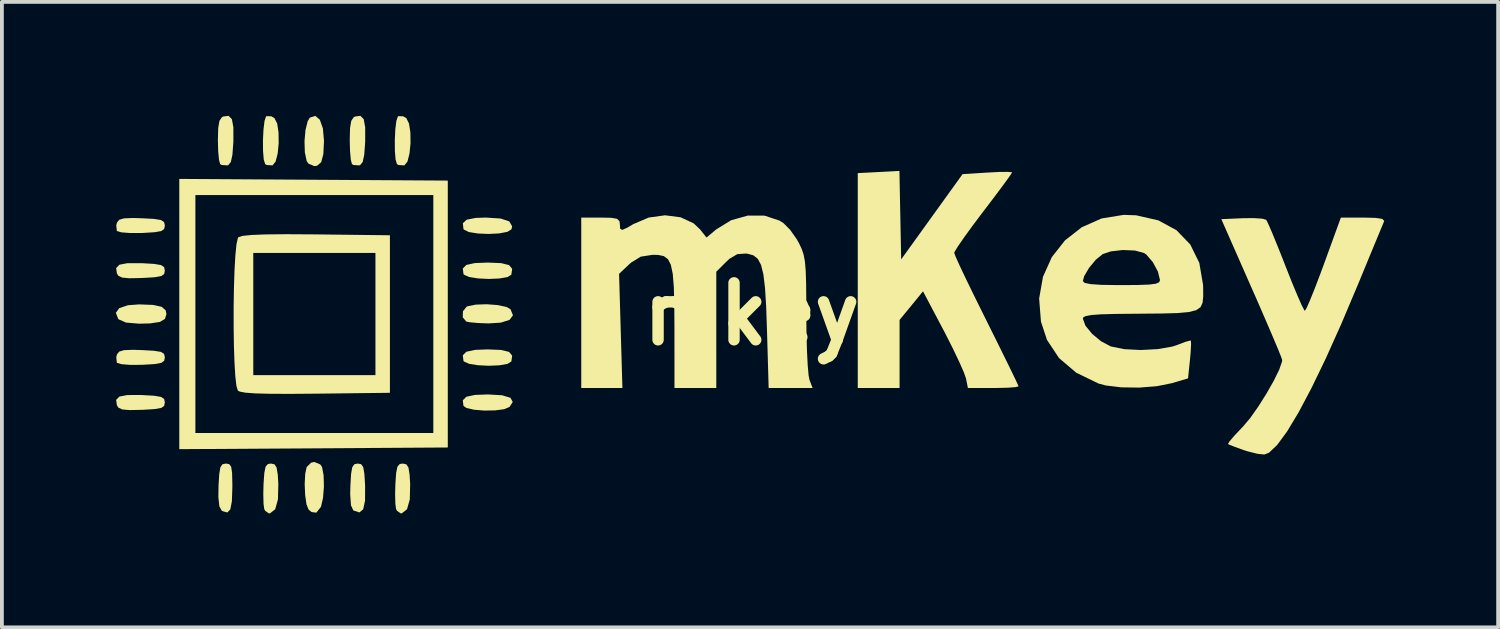
<source format=kicad_pcb>
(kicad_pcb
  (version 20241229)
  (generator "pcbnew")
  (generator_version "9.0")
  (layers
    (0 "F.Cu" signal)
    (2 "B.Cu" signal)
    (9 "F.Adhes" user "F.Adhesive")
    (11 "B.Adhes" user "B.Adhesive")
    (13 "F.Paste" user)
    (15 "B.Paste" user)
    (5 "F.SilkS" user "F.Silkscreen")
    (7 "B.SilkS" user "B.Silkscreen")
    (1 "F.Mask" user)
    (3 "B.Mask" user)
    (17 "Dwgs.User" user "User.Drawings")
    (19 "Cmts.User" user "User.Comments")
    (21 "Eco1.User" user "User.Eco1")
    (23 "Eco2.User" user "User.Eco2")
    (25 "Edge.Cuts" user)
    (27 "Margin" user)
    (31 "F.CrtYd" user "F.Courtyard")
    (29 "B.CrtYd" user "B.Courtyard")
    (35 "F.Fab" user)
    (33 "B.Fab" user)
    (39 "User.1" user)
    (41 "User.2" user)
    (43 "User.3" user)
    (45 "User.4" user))
  (footprint "mkey"
    (layer "F.Cu")
    (at 16.742 5.219)
    (property "Reference" "mkey" (at 0 0 0) (layer "F.SilkS") (effects (font (size 1.5 1.5) (thickness 0.3))))
    (attr board_only exclude_from_pos_files exclude_from_bom)
    (fp_poly (pts (xy -6.57 2.139) (xy -6.35 2.206) (xy -6.291 2.315) (xy -6.374 2.445) (xy -6.516 2.506) (xy -6.755 2.537) (xy -7.038 2.542) (xy -7.307 2.52) (xy -7.51 2.474) (xy -7.588 2.417) (xy -7.606 2.271) (xy -7.512 2.178) (xy -7.288 2.13) (xy -6.947 2.117)) (stroke (width 0) (type solid)) (fill yes) (layer "F.SilkS"))
    (fp_poly (pts (xy -15.761 -0.24) (xy -15.537 -0.191) (xy -15.43 -0.099) (xy -15.409 0) (xy -15.449 0.129) (xy -15.586 0.209) (xy -15.846 0.247) (xy -16.126 0.254) (xy -16.472 0.225) (xy -16.667 0.14) (xy -16.679 0.127) (xy -16.742 -0.032) (xy -16.652 -0.155) (xy -16.422 -0.232) (xy -16.126 -0.254)) (stroke (width 0) (type solid)) (fill yes) (layer "F.SilkS"))
    (fp_poly (pts (xy -11.37 -5.115) (xy -11.29 -4.888) (xy -11.261 -4.563) (xy -11.278 -4.21) (xy -11.334 -3.999) (xy -11.441 -3.905) (xy -11.515 -3.895) (xy -11.67 -3.96) (xy -11.717 -4.029) (xy -11.765 -4.26) (xy -11.774 -4.552) (xy -11.748 -4.845) (xy -11.691 -5.076) (xy -11.633 -5.172) (xy -11.489 -5.218)) (stroke (width 0) (type solid)) (fill yes) (layer "F.SilkS"))
    (fp_poly (pts (xy -6.61 -2.515) (xy -6.382 -2.439) (xy -6.307 -2.311) (xy -6.323 -2.233) (xy -6.43 -2.165) (xy -6.649 -2.123) (xy -6.927 -2.109) (xy -7.211 -2.121) (xy -7.446 -2.159) (xy -7.579 -2.224) (xy -7.588 -2.24) (xy -7.605 -2.39) (xy -7.504 -2.484) (xy -7.267 -2.531) (xy -6.997 -2.54)) (stroke (width 0) (type solid)) (fill yes) (layer "F.SilkS"))
    (fp_poly (pts (xy -6.594 -1.34) (xy -6.388 -1.289) (xy -6.306 -1.191) (xy -6.327 -1.037) (xy -6.429 -0.973) (xy -6.644 -0.936) (xy -6.92 -0.924) (xy -7.203 -0.938) (xy -7.439 -0.975) (xy -7.576 -1.036) (xy -7.588 -1.054) (xy -7.606 -1.2) (xy -7.512 -1.293) (xy -7.288 -1.342) (xy -6.947 -1.355)) (stroke (width 0) (type solid)) (fill yes) (layer "F.SilkS"))
    (fp_poly (pts (xy -6.594 0.946) (xy -6.388 0.997) (xy -6.306 1.095) (xy -6.327 1.249) (xy -6.429 1.313) (xy -6.644 1.35) (xy -6.92 1.362) (xy -7.203 1.348) (xy -7.439 1.311) (xy -7.576 1.25) (xy -7.588 1.232) (xy -7.606 1.086) (xy -7.512 0.993) (xy -7.288 0.944) (xy -6.947 0.931)) (stroke (width 0) (type solid)) (fill yes) (layer "F.SilkS"))
    (fp_poly (pts (xy -6.687 -0.236) (xy -6.454 -0.186) (xy -6.35 -0.127) (xy -6.285 0.033) (xy -6.374 0.153) (xy -6.605 0.227) (xy -6.932 0.247) (xy -7.214 0.236) (xy -7.433 0.215) (xy -7.514 0.198) (xy -7.607 0.087) (xy -7.602 -0.072) (xy -7.505 -0.194) (xy -7.486 -0.203) (xy -7.264 -0.248) (xy -6.977 -0.258)) (stroke (width 0) (type solid)) (fill yes) (layer "F.SilkS"))
    (fp_poly (pts (xy -12.564 3.957) (xy -12.509 4.041) (xy -12.478 4.227) (xy -12.463 4.474) (xy -12.473 4.881) (xy -12.546 5.141) (xy -12.682 5.247) (xy -12.713 5.249) (xy -12.809 5.182) (xy -12.834 5.135) (xy -12.853 4.994) (xy -12.859 4.742) (xy -12.853 4.478) (xy -12.832 4.183) (xy -12.799 4.019) (xy -12.737 3.949) (xy -12.658 3.937)) (stroke (width 0) (type solid)) (fill yes) (layer "F.SilkS"))
    (fp_poly (pts (xy -11.359 3.96) (xy -11.312 4.029) (xy -11.271 4.247) (xy -11.263 4.544) (xy -11.286 4.841) (xy -11.337 5.061) (xy -11.348 5.086) (xy -11.463 5.23) (xy -11.589 5.214) (xy -11.667 5.148) (xy -11.722 5.009) (xy -11.757 4.765) (xy -11.769 4.476) (xy -11.755 4.205) (xy -11.717 4.029) (xy -11.599 3.913) (xy -11.515 3.895)) (stroke (width 0) (type solid)) (fill yes) (layer "F.SilkS"))
    (fp_poly (pts (xy -9.093 3.957) (xy -9.037 4.041) (xy -9.007 4.227) (xy -8.992 4.474) (xy -9.001 4.881) (xy -9.075 5.141) (xy -9.211 5.247) (xy -9.242 5.249) (xy -9.337 5.182) (xy -9.363 5.135) (xy -9.382 4.994) (xy -9.388 4.742) (xy -9.381 4.478) (xy -9.361 4.183) (xy -9.327 4.019) (xy -9.266 3.949) (xy -9.186 3.937)) (stroke (width 0) (type solid)) (fill yes) (layer "F.SilkS"))
    (fp_poly (pts (xy -13.756 3.952) (xy -13.705 4.021) (xy -13.681 4.179) (xy -13.674 4.462) (xy -13.674 4.565) (xy -13.686 4.929) (xy -13.727 5.143) (xy -13.805 5.225) (xy -13.929 5.191) (xy -13.953 5.177) (xy -14.016 5.065) (xy -14.042 4.821) (xy -14.038 4.522) (xy -14.019 4.212) (xy -13.989 4.035) (xy -13.935 3.956) (xy -13.845 3.937) (xy -13.843 3.937)) (stroke (width 0) (type solid)) (fill yes) (layer "F.SilkS"))
    (fp_poly (pts (xy -13.686 -5.131) (xy -13.647 -4.917) (xy -13.647 -4.557) (xy -13.648 -4.522) (xy -13.672 -4.193) (xy -13.714 -4.003) (xy -13.781 -3.921) (xy -13.805 -3.914) (xy -13.955 -3.924) (xy -13.995 -3.948) (xy -14.025 -4.057) (xy -14.047 -4.286) (xy -14.055 -4.577) (xy -14.046 -4.898) (xy -14.014 -5.087) (xy -13.95 -5.181) (xy -13.914 -5.201) (xy -13.773 -5.219)) (stroke (width 0) (type solid)) (fill yes) (layer "F.SilkS"))
    (fp_poly (pts (xy -12.651 -5.208) (xy -12.566 -5.159) (xy -12.494 -5.018) (xy -12.458 -4.782) (xy -12.454 -4.5) (xy -12.48 -4.227) (xy -12.535 -4.015) (xy -12.615 -3.915) (xy -12.619 -3.914) (xy -12.77 -3.924) (xy -12.81 -3.948) (xy -12.847 -4.067) (xy -12.866 -4.295) (xy -12.868 -4.578) (xy -12.854 -4.86) (xy -12.826 -5.087) (xy -12.785 -5.206) (xy -12.781 -5.209)) (stroke (width 0) (type solid)) (fill yes) (layer "F.SilkS"))
    (fp_poly (pts (xy -10.282 3.954) (xy -10.228 4.031) (xy -10.198 4.201) (xy -10.179 4.502) (xy -10.178 4.54) (xy -10.18 4.918) (xy -10.229 5.143) (xy -10.33 5.224) (xy -10.487 5.172) (xy -10.489 5.17) (xy -10.55 5.039) (xy -10.571 4.743) (xy -10.566 4.522) (xy -10.548 4.212) (xy -10.517 4.035) (xy -10.463 3.956) (xy -10.374 3.937) (xy -10.372 3.937)) (stroke (width 0) (type solid)) (fill yes) (layer "F.SilkS"))
    (fp_poly (pts (xy -10.215 -5.131) (xy -10.176 -4.917) (xy -10.176 -4.557) (xy -10.177 -4.522) (xy -10.201 -4.193) (xy -10.242 -4.003) (xy -10.309 -3.921) (xy -10.333 -3.914) (xy -10.484 -3.924) (xy -10.524 -3.948) (xy -10.554 -4.057) (xy -10.575 -4.286) (xy -10.583 -4.577) (xy -10.575 -4.898) (xy -10.543 -5.087) (xy -10.479 -5.181) (xy -10.442 -5.201) (xy -10.301 -5.219)) (stroke (width 0) (type solid)) (fill yes) (layer "F.SilkS"))
    (fp_poly (pts (xy -9.18 -5.208) (xy -9.094 -5.159) (xy -9.023 -5.018) (xy -8.986 -4.782) (xy -8.982 -4.5) (xy -9.009 -4.227) (xy -9.063 -4.015) (xy -9.144 -3.915) (xy -9.148 -3.914) (xy -9.299 -3.924) (xy -9.339 -3.948) (xy -9.376 -4.067) (xy -9.394 -4.295) (xy -9.396 -4.578) (xy -9.383 -4.86) (xy -9.355 -5.087) (xy -9.314 -5.206) (xy -9.31 -5.209)) (stroke (width 0) (type solid)) (fill yes) (layer "F.SilkS"))
    (fp_poly (pts (xy -16.036 -1.338) (xy -15.726 -1.319) (xy -15.55 -1.289) (xy -15.47 -1.234) (xy -15.452 -1.144) (xy -15.452 -1.143) (xy -15.469 -1.054) (xy -15.545 -1) (xy -15.716 -0.969) (xy -16.017 -0.951) (xy -16.055 -0.949) (xy -16.38 -0.942) (xy -16.574 -0.959) (xy -16.675 -1.007) (xy -16.714 -1.069) (xy -16.734 -1.211) (xy -16.648 -1.299) (xy -16.437 -1.339) (xy -16.081 -1.339)) (stroke (width 0) (type solid)) (fill yes) (layer "F.SilkS"))
    (fp_poly (pts (xy -16.036 2.134) (xy -15.726 2.152) (xy -15.55 2.183) (xy -15.47 2.237) (xy -15.452 2.327) (xy -15.452 2.328) (xy -15.469 2.418) (xy -15.545 2.472) (xy -15.716 2.502) (xy -16.017 2.521) (xy -16.055 2.522) (xy -16.38 2.529) (xy -16.574 2.512) (xy -16.675 2.464) (xy -16.714 2.402) (xy -16.734 2.26) (xy -16.648 2.173) (xy -16.437 2.133) (xy -16.081 2.132)) (stroke (width 0) (type solid)) (fill yes) (layer "F.SilkS"))
    (fp_poly (pts (xy -11.536 -3.536) (xy -8.001 -3.514) (xy -8.001 0) (xy -8.001 3.514) (xy -11.536 3.536) (xy -15.071 3.558) (xy -15.071 0) (xy -15.071 -3.133) (xy -14.647 -3.133) (xy -14.647 0) (xy -14.647 3.133) (xy -11.515 3.133) (xy -8.382 3.133) (xy -8.382 0) (xy -8.382 -3.133) (xy -11.515 -3.133) (xy -14.647 -3.133) (xy -15.071 -3.133) (xy -15.071 -3.558)) (stroke (width 0) (type solid)) (fill yes) (layer "F.SilkS"))
    (fp_poly (pts (xy -16.055 -2.522) (xy -15.739 -2.505) (xy -15.557 -2.476) (xy -15.473 -2.424) (xy -15.452 -2.339) (xy -15.452 -2.328) (xy -15.469 -2.239) (xy -15.545 -2.185) (xy -15.715 -2.155) (xy -16.015 -2.136) (xy -16.058 -2.134) (xy -16.363 -2.133) (xy -16.596 -2.151) (xy -16.712 -2.186) (xy -16.715 -2.19) (xy -16.731 -2.331) (xy -16.712 -2.409) (xy -16.653 -2.482) (xy -16.525 -2.52) (xy -16.289 -2.529)) (stroke (width 0) (type solid)) (fill yes) (layer "F.SilkS"))
    (fp_poly (pts (xy -16.055 0.949) (xy -15.739 0.967) (xy -15.557 0.996) (xy -15.473 1.047) (xy -15.452 1.132) (xy -15.452 1.143) (xy -15.469 1.232) (xy -15.545 1.286) (xy -15.715 1.317) (xy -16.015 1.335) (xy -16.058 1.337) (xy -16.363 1.339) (xy -16.596 1.32) (xy -16.712 1.285) (xy -16.715 1.281) (xy -16.731 1.14) (xy -16.712 1.062) (xy -16.653 0.989) (xy -16.525 0.951) (xy -16.289 0.942)) (stroke (width 0) (type solid)) (fill yes) (layer "F.SilkS"))
    (fp_poly (pts (xy -11.568 -2.098) (xy -11.462 -2.097) (xy -9.525 -2.074) (xy -9.525 0) (xy -9.525 2.074) (xy -11.475 2.097) (xy -12.154 2.102) (xy -12.68 2.1) (xy -13.066 2.09) (xy -13.327 2.071) (xy -13.479 2.042) (xy -13.528 2.017) (xy -13.566 1.896) (xy -13.596 1.637) (xy -13.618 1.269) (xy -13.633 0.823) (xy -13.64 0.328) (xy -13.64 -0.187) (xy -13.632 -0.69) (xy -13.617 -1.154) (xy -13.594 -1.547) (xy -13.588 -1.609) (xy -13.123 -1.609) (xy -13.123 0) (xy -13.123 1.609) (xy -11.515 1.609) (xy -9.906 1.609) (xy -9.906 0) (xy -9.906 -1.609) (xy -11.515 -1.609) (xy -13.123 -1.609) (xy -13.588 -1.609) (xy -13.565 -1.84) (xy -13.528 -2.003) (xy -13.515 -2.023) (xy -13.405 -2.058) (xy -13.165 -2.082) (xy -12.785 -2.097) (xy -12.255 -2.102)) (stroke (width 0) (type solid)) (fill yes) (layer "F.SilkS"))
    (fp_poly (pts (xy 3.914 -2.604) (xy 3.937 -1.439) (xy 4.745 -2.561) (xy 5.553 -3.683) (xy 6.205 -3.725) (xy 6.513 -3.741) (xy 6.743 -3.743) (xy 6.854 -3.733) (xy 6.858 -3.729) (xy 6.809 -3.652) (xy 6.675 -3.465) (xy 6.473 -3.193) (xy 6.222 -2.861) (xy 6.096 -2.696) (xy 5.828 -2.34) (xy 5.601 -2.028) (xy 5.433 -1.785) (xy 5.344 -1.639) (xy 5.334 -1.612) (xy 5.37 -1.513) (xy 5.472 -1.286) (xy 5.629 -0.954) (xy 5.83 -0.54) (xy 6.064 -0.066) (xy 6.181 0.169) (xy 6.425 0.66) (xy 6.642 1.099) (xy 6.821 1.463) (xy 6.95 1.731) (xy 7.019 1.881) (xy 7.027 1.904) (xy 6.949 1.924) (xy 6.743 1.94) (xy 6.447 1.947) (xy 6.361 1.947) (xy 5.694 1.947) (xy 5.645 1.701) (xy 5.588 1.536) (xy 5.466 1.259) (xy 5.297 0.905) (xy 5.097 0.51) (xy 5.054 0.428) (xy 4.512 -0.598) (xy 4.204 -0.221) (xy 3.895 0.155) (xy 3.895 1.051) (xy 3.895 1.947) (xy 3.344 1.947) (xy 2.794 1.947) (xy 2.794 -0.882) (xy 2.794 -3.711) (xy 3.342 -3.739) (xy 3.891 -3.768)) (stroke (width 0) (type solid)) (fill yes) (layer "F.SilkS"))
    (fp_poly (pts (xy 16.429 -2.532) (xy 16.604 -2.505) (xy 16.656 -2.454) (xy 16.65 -2.434) (xy 16.605 -2.326) (xy 16.506 -2.087) (xy 16.363 -1.743) (xy 16.188 -1.319) (xy 15.991 -0.841) (xy 15.958 -0.762) (xy 15.524 0.265) (xy 15.118 1.169) (xy 14.743 1.945) (xy 14.403 2.587) (xy 14.101 3.089) (xy 13.84 3.445) (xy 13.624 3.65) (xy 13.501 3.699) (xy 13.323 3.681) (xy 13.068 3.618) (xy 12.954 3.582) (xy 12.724 3.498) (xy 12.572 3.438) (xy 12.542 3.422) (xy 12.582 3.354) (xy 12.714 3.199) (xy 12.912 2.99) (xy 12.934 2.967) (xy 13.125 2.742) (xy 13.339 2.439) (xy 13.554 2.098) (xy 13.746 1.761) (xy 13.891 1.466) (xy 13.965 1.254) (xy 13.97 1.21) (xy 13.937 1.115) (xy 13.845 0.888) (xy 13.703 0.552) (xy 13.521 0.128) (xy 13.309 -0.36) (xy 13.168 -0.679) (xy 12.367 -2.498) (xy 12.927 -2.523) (xy 13.222 -2.526) (xy 13.446 -2.511) (xy 13.549 -2.481) (xy 13.6 -2.381) (xy 13.699 -2.154) (xy 13.833 -1.827) (xy 13.991 -1.432) (xy 14.062 -1.249) (xy 14.224 -0.84) (xy 14.368 -0.494) (xy 14.481 -0.238) (xy 14.552 -0.101) (xy 14.567 -0.085) (xy 14.613 -0.16) (xy 14.704 -0.368) (xy 14.83 -0.68) (xy 14.979 -1.071) (xy 15.068 -1.312) (xy 15.515 -2.54) (xy 16.106 -2.54)) (stroke (width 0) (type solid)) (fill yes) (layer "F.SilkS"))
    (fp_poly (pts (xy -1.872 -2.548) (xy -1.527 -2.388) (xy -1.358 -2.228) (xy -1.189 -2.014) (xy -0.935 -2.227) (xy -0.54 -2.47) (xy -0.1 -2.593) (xy 0.339 -2.591) (xy 0.733 -2.46) (xy 0.839 -2.393) (xy 1.012 -2.219) (xy 1.188 -1.969) (xy 1.249 -1.861) (xy 1.318 -1.714) (xy 1.368 -1.566) (xy 1.402 -1.387) (xy 1.423 -1.146) (xy 1.434 -0.815) (xy 1.439 -0.363) (xy 1.439 0.012) (xy 1.444 0.515) (xy 1.457 0.971) (xy 1.476 1.349) (xy 1.5 1.617) (xy 1.522 1.73) (xy 1.604 1.947) (xy 1.026 1.947) (xy 0.448 1.947) (xy 0.404 0.437) (xy 0.382 -0.2) (xy 0.352 -0.687) (xy 0.309 -1.045) (xy 0.247 -1.294) (xy 0.162 -1.454) (xy 0.047 -1.545) (xy -0.103 -1.587) (xy -0.15 -1.593) (xy -0.378 -1.577) (xy -0.583 -1.456) (xy -0.678 -1.367) (xy -0.931 -1.114) (xy -0.931 0.417) (xy -0.931 1.947) (xy -1.482 1.947) (xy -2.032 1.947) (xy -2.033 0.402) (xy -2.037 -0.226) (xy -2.049 -0.705) (xy -2.077 -1.054) (xy -2.127 -1.294) (xy -2.203 -1.444) (xy -2.312 -1.525) (xy -2.46 -1.556) (xy -2.61 -1.559) (xy -2.92 -1.511) (xy -3.175 -1.354) (xy -3.23 -1.305) (xy -3.491 -1.058) (xy -3.447 0.445) (xy -3.403 1.947) (xy -3.945 1.947) (xy -4.487 1.947) (xy -4.487 -0.296) (xy -4.487 -2.54) (xy -3.979 -2.54) (xy -3.696 -2.534) (xy -3.542 -2.507) (xy -3.481 -2.446) (xy -3.471 -2.371) (xy -3.462 -2.247) (xy -3.409 -2.215) (xy -3.275 -2.274) (xy -3.116 -2.368) (xy -2.71 -2.541) (xy -2.28 -2.6)) (stroke (width 0) (type solid)) (fill yes) (layer "F.SilkS"))
    (fp_poly (pts (xy 10.122 -2.6) (xy 10.708 -2.467) (xy 11.187 -2.207) (xy 11.55 -1.83) (xy 11.787 -1.348) (xy 11.886 -0.77) (xy 11.889 -0.682) (xy 11.89 -0.463) (xy 11.874 -0.298) (xy 11.819 -0.18) (xy 11.704 -0.101) (xy 11.508 -0.052) (xy 11.211 -0.025) (xy 10.79 -0.014) (xy 10.225 -0.009) (xy 10.097 -0.008) (xy 9.572 -0.003) (xy 9.195 0.008) (xy 8.943 0.026) (xy 8.795 0.053) (xy 8.73 0.091) (xy 8.721 0.121) (xy 8.789 0.307) (xy 8.964 0.521) (xy 9.2 0.717) (xy 9.45 0.85) (xy 9.464 0.855) (xy 9.813 0.925) (xy 10.244 0.947) (xy 10.689 0.924) (xy 11.075 0.857) (xy 11.223 0.808) (xy 11.427 0.73) (xy 11.552 0.698) (xy 11.566 0.7) (xy 11.571 0.791) (xy 11.56 1) (xy 11.541 1.21) (xy 11.491 1.694) (xy 11.064 1.821) (xy 10.669 1.9) (xy 10.204 1.937) (xy 9.734 1.93) (xy 9.324 1.881) (xy 9.134 1.83) (xy 8.548 1.546) (xy 8.094 1.16) (xy 7.776 0.68) (xy 7.618 0.202) (xy 7.57 -0.408) (xy 7.651 -0.868) (xy 8.721 -0.868) (xy 8.768 -0.82) (xy 8.923 -0.788) (xy 9.204 -0.769) (xy 9.631 -0.762) (xy 9.737 -0.762) (xy 10.173 -0.765) (xy 10.466 -0.776) (xy 10.643 -0.799) (xy 10.73 -0.837) (xy 10.753 -0.893) (xy 10.753 -0.893) (xy 10.697 -1.118) (xy 10.562 -1.369) (xy 10.394 -1.564) (xy 10.334 -1.606) (xy 10.094 -1.672) (xy 9.775 -1.686) (xy 9.458 -1.65) (xy 9.245 -1.579) (xy 9.063 -1.431) (xy 8.884 -1.216) (xy 8.756 -0.998) (xy 8.721 -0.868) (xy 7.651 -0.868) (xy 7.671 -0.981) (xy 7.904 -1.499) (xy 8.251 -1.94) (xy 8.694 -2.286) (xy 9.215 -2.517) (xy 9.796 -2.611)) (stroke (width 0) (type solid)) (fill yes) (layer "F.SilkS")))
  (gr_rect
    (start -3 -3)
    (end 36.398 13.469)
    (stroke (width 0.1) (type default))
    (fill no)
    (layer "Edge.Cuts")))
</source>
